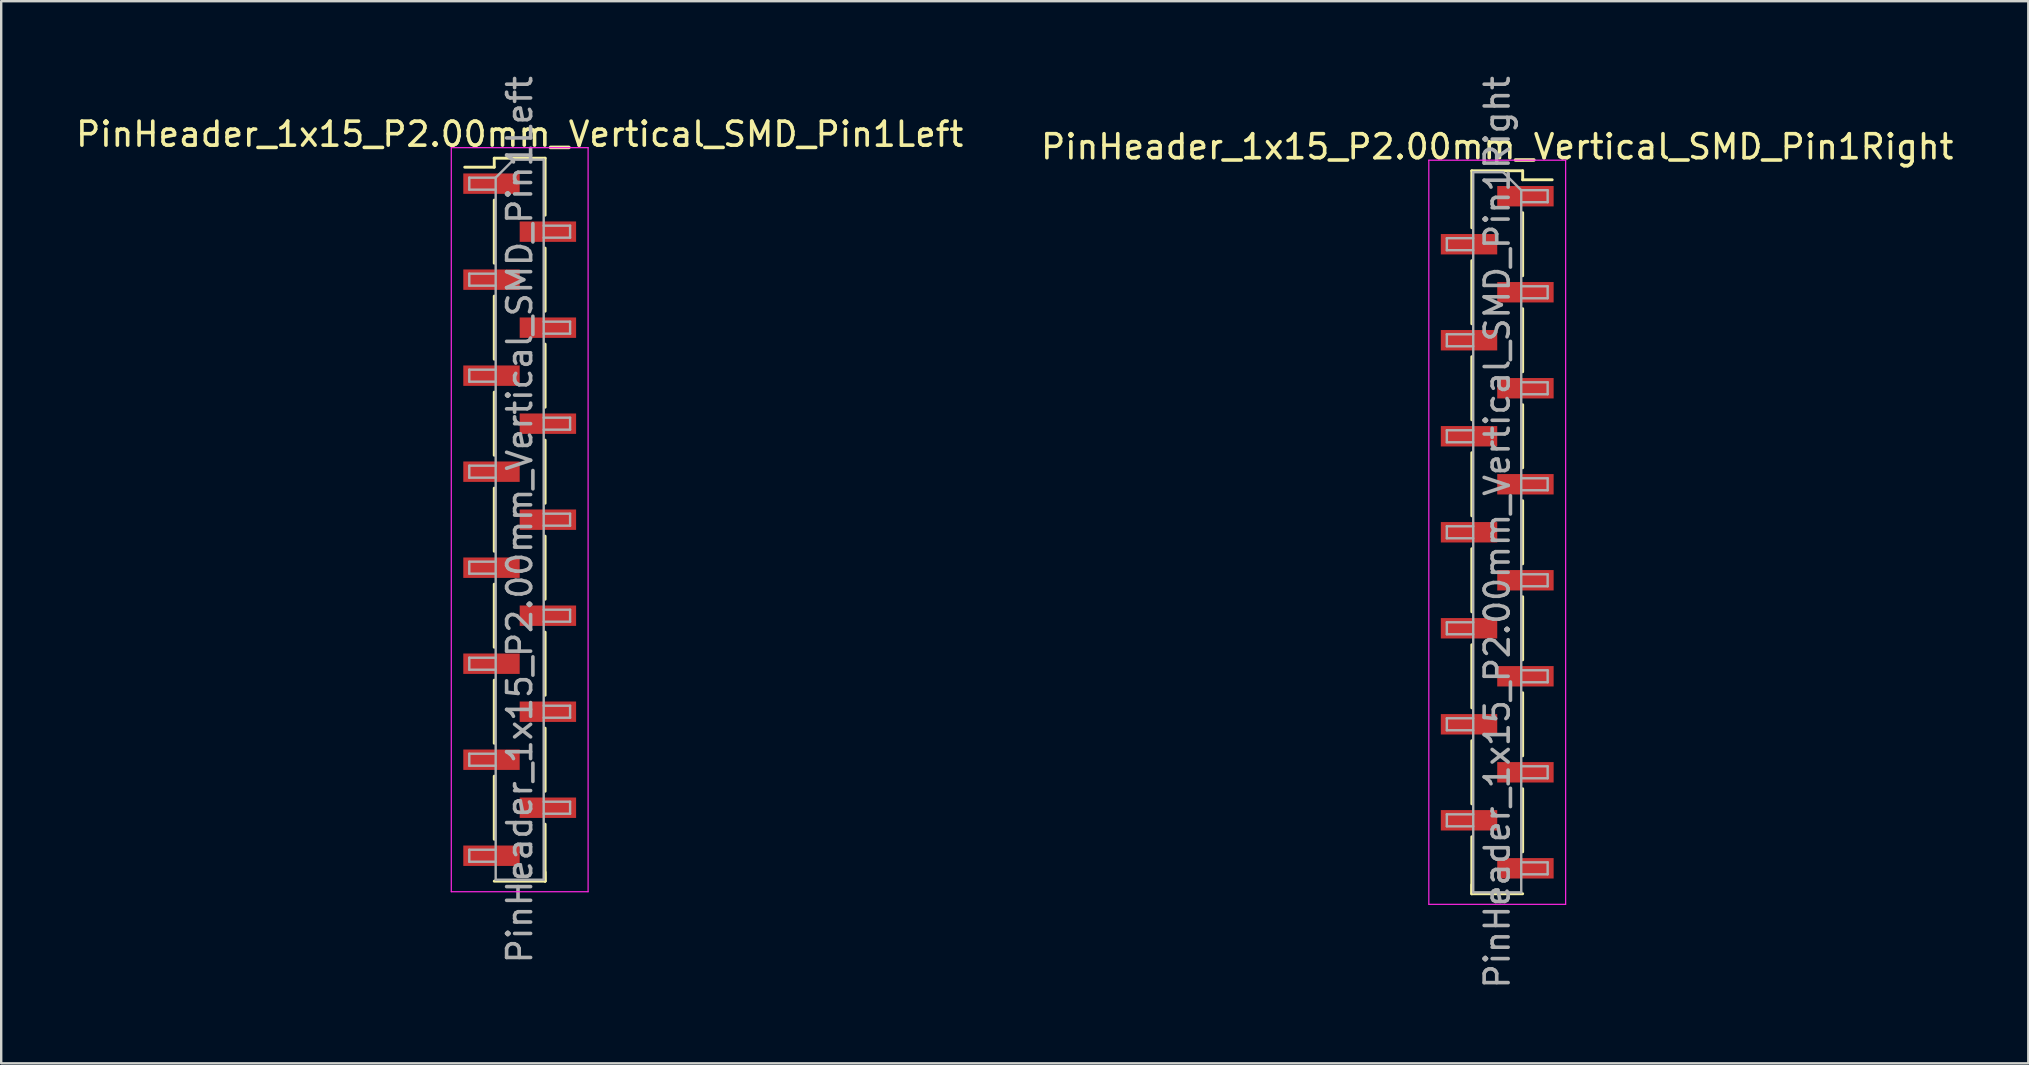
<source format=kicad_pcb>
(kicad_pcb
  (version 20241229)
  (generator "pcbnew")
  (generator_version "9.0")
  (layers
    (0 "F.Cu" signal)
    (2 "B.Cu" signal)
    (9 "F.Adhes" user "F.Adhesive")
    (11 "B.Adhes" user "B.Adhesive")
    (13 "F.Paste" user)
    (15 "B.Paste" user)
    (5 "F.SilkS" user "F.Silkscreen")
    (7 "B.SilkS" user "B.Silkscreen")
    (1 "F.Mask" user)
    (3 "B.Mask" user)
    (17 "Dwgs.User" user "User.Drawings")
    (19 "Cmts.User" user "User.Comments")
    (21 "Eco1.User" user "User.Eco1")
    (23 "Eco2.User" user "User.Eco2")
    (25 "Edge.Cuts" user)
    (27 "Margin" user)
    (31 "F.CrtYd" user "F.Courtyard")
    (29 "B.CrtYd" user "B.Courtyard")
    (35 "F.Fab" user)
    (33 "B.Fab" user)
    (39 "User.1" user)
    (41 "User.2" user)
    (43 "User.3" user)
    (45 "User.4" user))
  (footprint "PinHeader_1x15_P2.00mm_Vertical_SMD_Pin1Left"
    (layer "F.Cu")
    (at 18.601 18.601)
    (property "Reference" "PinHeader_1x15_P2.00mm_Vertical_SMD_Pin1Left" (at 0 -16.06 0) (layer "F.SilkS") (effects (font (size 1 1) (thickness 0.15))))
    (attr smd)
    (fp_line (start -1.06 -15.06) (end -1.06 -14.685) (stroke (width 0.12) (type solid)) (layer "F.SilkS"))
    (fp_line (start -1.06 -15.06) (end 1.06 -15.06) (stroke (width 0.12) (type solid)) (layer "F.SilkS"))
    (fp_line (start -1.06 -14.685) (end -2.29 -14.685) (stroke (width 0.12) (type solid)) (layer "F.SilkS"))
    (fp_line (start -1.06 -13.315) (end -1.06 -10.685) (stroke (width 0.12) (type solid)) (layer "F.SilkS"))
    (fp_line (start -1.06 -9.315) (end -1.06 -6.685) (stroke (width 0.12) (type solid)) (layer "F.SilkS"))
    (fp_line (start -1.06 -5.315) (end -1.06 -2.685) (stroke (width 0.12) (type solid)) (layer "F.SilkS"))
    (fp_line (start -1.06 -1.315) (end -1.06 1.315) (stroke (width 0.12) (type solid)) (layer "F.SilkS"))
    (fp_line (start -1.06 2.685) (end -1.06 5.315) (stroke (width 0.12) (type solid)) (layer "F.SilkS"))
    (fp_line (start -1.06 6.685) (end -1.06 9.315) (stroke (width 0.12) (type solid)) (layer "F.SilkS"))
    (fp_line (start -1.06 10.685) (end -1.06 13.315) (stroke (width 0.12) (type solid)) (layer "F.SilkS"))
    (fp_line (start -1.06 15.06) (end 1.06 15.06) (stroke (width 0.12) (type solid)) (layer "F.SilkS"))
    (fp_line (start 1.06 -15.06) (end 1.06 -12.685) (stroke (width 0.12) (type solid)) (layer "F.SilkS"))
    (fp_line (start 1.06 -11.315) (end 1.06 -8.685) (stroke (width 0.12) (type solid)) (layer "F.SilkS"))
    (fp_line (start 1.06 -7.315) (end 1.06 -4.685) (stroke (width 0.12) (type solid)) (layer "F.SilkS"))
    (fp_line (start 1.06 -3.315) (end 1.06 -0.685) (stroke (width 0.12) (type solid)) (layer "F.SilkS"))
    (fp_line (start 1.06 0.685) (end 1.06 3.315) (stroke (width 0.12) (type solid)) (layer "F.SilkS"))
    (fp_line (start 1.06 4.685) (end 1.06 7.315) (stroke (width 0.12) (type solid)) (layer "F.SilkS"))
    (fp_line (start 1.06 8.685) (end 1.06 11.315) (stroke (width 0.12) (type solid)) (layer "F.SilkS"))
    (fp_line (start 1.06 12.685) (end 1.06 15.06) (stroke (width 0.12) (type solid)) (layer "F.SilkS"))
    (fp_line (start 1.06 14.685) (end 1.06 15.06) (stroke (width 0.12) (type solid)) (layer "F.SilkS"))
    (fp_line (start -2.85 -15.5) (end -2.85 15.5) (stroke (width 0.05) (type solid)) (layer "F.CrtYd"))
    (fp_line (start -2.85 15.5) (end 2.85 15.5) (stroke (width 0.05) (type solid)) (layer "F.CrtYd"))
    (fp_line (start 2.85 -15.5) (end -2.85 -15.5) (stroke (width 0.05) (type solid)) (layer "F.CrtYd"))
    (fp_line (start 2.85 15.5) (end 2.85 -15.5) (stroke (width 0.05) (type solid)) (layer "F.CrtYd"))
    (fp_line (start -2.1 -14.25) (end -2.1 -13.75) (stroke (width 0.1) (type solid)) (layer "F.Fab"))
    (fp_line (start -2.1 -13.75) (end -1 -13.75) (stroke (width 0.1) (type solid)) (layer "F.Fab"))
    (fp_line (start -2.1 -10.25) (end -2.1 -9.75) (stroke (width 0.1) (type solid)) (layer "F.Fab"))
    (fp_line (start -2.1 -9.75) (end -1 -9.75) (stroke (width 0.1) (type solid)) (layer "F.Fab"))
    (fp_line (start -2.1 -6.25) (end -2.1 -5.75) (stroke (width 0.1) (type solid)) (layer "F.Fab"))
    (fp_line (start -2.1 -5.75) (end -1 -5.75) (stroke (width 0.1) (type solid)) (layer "F.Fab"))
    (fp_line (start -2.1 -2.25) (end -2.1 -1.75) (stroke (width 0.1) (type solid)) (layer "F.Fab"))
    (fp_line (start -2.1 -1.75) (end -1 -1.75) (stroke (width 0.1) (type solid)) (layer "F.Fab"))
    (fp_line (start -2.1 1.75) (end -2.1 2.25) (stroke (width 0.1) (type solid)) (layer "F.Fab"))
    (fp_line (start -2.1 2.25) (end -1 2.25) (stroke (width 0.1) (type solid)) (layer "F.Fab"))
    (fp_line (start -2.1 5.75) (end -2.1 6.25) (stroke (width 0.1) (type solid)) (layer "F.Fab"))
    (fp_line (start -2.1 6.25) (end -1 6.25) (stroke (width 0.1) (type solid)) (layer "F.Fab"))
    (fp_line (start -2.1 9.75) (end -2.1 10.25) (stroke (width 0.1) (type solid)) (layer "F.Fab"))
    (fp_line (start -2.1 10.25) (end -1 10.25) (stroke (width 0.1) (type solid)) (layer "F.Fab"))
    (fp_line (start -2.1 13.75) (end -2.1 14.25) (stroke (width 0.1) (type solid)) (layer "F.Fab"))
    (fp_line (start -2.1 14.25) (end -1 14.25) (stroke (width 0.1) (type solid)) (layer "F.Fab"))
    (fp_line (start -1 -14.25) (end -2.1 -14.25) (stroke (width 0.1) (type solid)) (layer "F.Fab"))
    (fp_line (start -1 -14.25) (end -0.25 -15) (stroke (width 0.1) (type solid)) (layer "F.Fab"))
    (fp_line (start -1 -10.25) (end -2.1 -10.25) (stroke (width 0.1) (type solid)) (layer "F.Fab"))
    (fp_line (start -1 -6.25) (end -2.1 -6.25) (stroke (width 0.1) (type solid)) (layer "F.Fab"))
    (fp_line (start -1 -2.25) (end -2.1 -2.25) (stroke (width 0.1) (type solid)) (layer "F.Fab"))
    (fp_line (start -1 1.75) (end -2.1 1.75) (stroke (width 0.1) (type solid)) (layer "F.Fab"))
    (fp_line (start -1 5.75) (end -2.1 5.75) (stroke (width 0.1) (type solid)) (layer "F.Fab"))
    (fp_line (start -1 9.75) (end -2.1 9.75) (stroke (width 0.1) (type solid)) (layer "F.Fab"))
    (fp_line (start -1 13.75) (end -2.1 13.75) (stroke (width 0.1) (type solid)) (layer "F.Fab"))
    (fp_line (start -1 15) (end -1 -14.25) (stroke (width 0.1) (type solid)) (layer "F.Fab"))
    (fp_line (start -0.25 -15) (end 1 -15) (stroke (width 0.1) (type solid)) (layer "F.Fab"))
    (fp_line (start 1 -15) (end 1 15) (stroke (width 0.1) (type solid)) (layer "F.Fab"))
    (fp_line (start 1 -12.25) (end 2.1 -12.25) (stroke (width 0.1) (type solid)) (layer "F.Fab"))
    (fp_line (start 1 -8.25) (end 2.1 -8.25) (stroke (width 0.1) (type solid)) (layer "F.Fab"))
    (fp_line (start 1 -4.25) (end 2.1 -4.25) (stroke (width 0.1) (type solid)) (layer "F.Fab"))
    (fp_line (start 1 -0.25) (end 2.1 -0.25) (stroke (width 0.1) (type solid)) (layer "F.Fab"))
    (fp_line (start 1 3.75) (end 2.1 3.75) (stroke (width 0.1) (type solid)) (layer "F.Fab"))
    (fp_line (start 1 7.75) (end 2.1 7.75) (stroke (width 0.1) (type solid)) (layer "F.Fab"))
    (fp_line (start 1 11.75) (end 2.1 11.75) (stroke (width 0.1) (type solid)) (layer "F.Fab"))
    (fp_line (start 1 15) (end -1 15) (stroke (width 0.1) (type solid)) (layer "F.Fab"))
    (fp_line (start 2.1 -12.25) (end 2.1 -11.75) (stroke (width 0.1) (type solid)) (layer "F.Fab"))
    (fp_line (start 2.1 -11.75) (end 1 -11.75) (stroke (width 0.1) (type solid)) (layer "F.Fab"))
    (fp_line (start 2.1 -8.25) (end 2.1 -7.75) (stroke (width 0.1) (type solid)) (layer "F.Fab"))
    (fp_line (start 2.1 -7.75) (end 1 -7.75) (stroke (width 0.1) (type solid)) (layer "F.Fab"))
    (fp_line (start 2.1 -4.25) (end 2.1 -3.75) (stroke (width 0.1) (type solid)) (layer "F.Fab"))
    (fp_line (start 2.1 -3.75) (end 1 -3.75) (stroke (width 0.1) (type solid)) (layer "F.Fab"))
    (fp_line (start 2.1 -0.25) (end 2.1 0.25) (stroke (width 0.1) (type solid)) (layer "F.Fab"))
    (fp_line (start 2.1 0.25) (end 1 0.25) (stroke (width 0.1) (type solid)) (layer "F.Fab"))
    (fp_line (start 2.1 3.75) (end 2.1 4.25) (stroke (width 0.1) (type solid)) (layer "F.Fab"))
    (fp_line (start 2.1 4.25) (end 1 4.25) (stroke (width 0.1) (type solid)) (layer "F.Fab"))
    (fp_line (start 2.1 7.75) (end 2.1 8.25) (stroke (width 0.1) (type solid)) (layer "F.Fab"))
    (fp_line (start 2.1 8.25) (end 1 8.25) (stroke (width 0.1) (type solid)) (layer "F.Fab"))
    (fp_line (start 2.1 11.75) (end 2.1 12.25) (stroke (width 0.1) (type solid)) (layer "F.Fab"))
    (fp_line (start 2.1 12.25) (end 1 12.25) (stroke (width 0.1) (type solid)) (layer "F.Fab"))
    (fp_text user "${REFERENCE}" (at 0 0 90) (layer "F.Fab") (effects (font (size 1 1) (thickness 0.15))))
    (pad "1" smd rect (at -1.175 -14) (size 2.35 0.85) (layers "F.Cu" "F.Mask" "F.Paste"))
    (pad "2" smd rect (at 1.175 -12) (size 2.35 0.85) (layers "F.Cu" "F.Mask" "F.Paste"))
    (pad "3" smd rect (at -1.175 -10) (size 2.35 0.85) (layers "F.Cu" "F.Mask" "F.Paste"))
    (pad "4" smd rect (at 1.175 -8) (size 2.35 0.85) (layers "F.Cu" "F.Mask" "F.Paste"))
    (pad "5" smd rect (at -1.175 -6) (size 2.35 0.85) (layers "F.Cu" "F.Mask" "F.Paste"))
    (pad "6" smd rect (at 1.175 -4) (size 2.35 0.85) (layers "F.Cu" "F.Mask" "F.Paste"))
    (pad "7" smd rect (at -1.175 -2) (size 2.35 0.85) (layers "F.Cu" "F.Mask" "F.Paste"))
    (pad "8" smd rect (at 1.175 0) (size 2.35 0.85) (layers "F.Cu" "F.Mask" "F.Paste"))
    (pad "9" smd rect (at -1.175 2) (size 2.35 0.85) (layers "F.Cu" "F.Mask" "F.Paste"))
    (pad "10" smd rect (at 1.175 4) (size 2.35 0.85) (layers "F.Cu" "F.Mask" "F.Paste"))
    (pad "11" smd rect (at -1.175 6) (size 2.35 0.85) (layers "F.Cu" "F.Mask" "F.Paste"))
    (pad "12" smd rect (at 1.175 8) (size 2.35 0.85) (layers "F.Cu" "F.Mask" "F.Paste"))
    (pad "13" smd rect (at -1.175 10) (size 2.35 0.85) (layers "F.Cu" "F.Mask" "F.Paste"))
    (pad "14" smd rect (at 1.175 12) (size 2.35 0.85) (layers "F.Cu" "F.Mask" "F.Paste"))
    (pad "15" smd rect (at -1.175 14) (size 2.35 0.85) (layers "F.Cu" "F.Mask" "F.Paste")))
  (footprint "PinHeader_1x15_P2.00mm_Vertical_SMD_Pin1Right"
    (layer "F.Cu")
    (at 59.327 19.125)
    (property "Reference" "PinHeader_1x15_P2.00mm_Vertical_SMD_Pin1Right" (at 0 -16.06 0) (layer "F.SilkS") (effects (font (size 1 1) (thickness 0.15))))
    (attr smd)
    (fp_line (start -1.06 -15.06) (end -1.06 -12.685) (stroke (width 0.12) (type solid)) (layer "F.SilkS"))
    (fp_line (start -1.06 -15.06) (end 1.06 -15.06) (stroke (width 0.12) (type solid)) (layer "F.SilkS"))
    (fp_line (start -1.06 -11.315) (end -1.06 -8.685) (stroke (width 0.12) (type solid)) (layer "F.SilkS"))
    (fp_line (start -1.06 -7.315) (end -1.06 -4.685) (stroke (width 0.12) (type solid)) (layer "F.SilkS"))
    (fp_line (start -1.06 -3.315) (end -1.06 -0.685) (stroke (width 0.12) (type solid)) (layer "F.SilkS"))
    (fp_line (start -1.06 0.685) (end -1.06 3.315) (stroke (width 0.12) (type solid)) (layer "F.SilkS"))
    (fp_line (start -1.06 4.685) (end -1.06 7.315) (stroke (width 0.12) (type solid)) (layer "F.SilkS"))
    (fp_line (start -1.06 8.685) (end -1.06 11.315) (stroke (width 0.12) (type solid)) (layer "F.SilkS"))
    (fp_line (start -1.06 12.685) (end -1.06 15.06) (stroke (width 0.12) (type solid)) (layer "F.SilkS"))
    (fp_line (start -1.06 14.685) (end -1.06 15.06) (stroke (width 0.12) (type solid)) (layer "F.SilkS"))
    (fp_line (start -1.06 15.06) (end 1.06 15.06) (stroke (width 0.12) (type solid)) (layer "F.SilkS"))
    (fp_line (start 1.06 -15.06) (end 1.06 -14.685) (stroke (width 0.12) (type solid)) (layer "F.SilkS"))
    (fp_line (start 1.06 -14.685) (end 2.29 -14.685) (stroke (width 0.12) (type solid)) (layer "F.SilkS"))
    (fp_line (start 1.06 -13.315) (end 1.06 -10.685) (stroke (width 0.12) (type solid)) (layer "F.SilkS"))
    (fp_line (start 1.06 -9.315) (end 1.06 -6.685) (stroke (width 0.12) (type solid)) (layer "F.SilkS"))
    (fp_line (start 1.06 -5.315) (end 1.06 -2.685) (stroke (width 0.12) (type solid)) (layer "F.SilkS"))
    (fp_line (start 1.06 -1.315) (end 1.06 1.315) (stroke (width 0.12) (type solid)) (layer "F.SilkS"))
    (fp_line (start 1.06 2.685) (end 1.06 5.315) (stroke (width 0.12) (type solid)) (layer "F.SilkS"))
    (fp_line (start 1.06 6.685) (end 1.06 9.315) (stroke (width 0.12) (type solid)) (layer "F.SilkS"))
    (fp_line (start 1.06 10.685) (end 1.06 13.315) (stroke (width 0.12) (type solid)) (layer "F.SilkS"))
    (fp_line (start -2.85 -15.5) (end -2.85 15.5) (stroke (width 0.05) (type solid)) (layer "F.CrtYd"))
    (fp_line (start -2.85 15.5) (end 2.85 15.5) (stroke (width 0.05) (type solid)) (layer "F.CrtYd"))
    (fp_line (start 2.85 -15.5) (end -2.85 -15.5) (stroke (width 0.05) (type solid)) (layer "F.CrtYd"))
    (fp_line (start 2.85 15.5) (end 2.85 -15.5) (stroke (width 0.05) (type solid)) (layer "F.CrtYd"))
    (fp_line (start -2.1 -12.25) (end -2.1 -11.75) (stroke (width 0.1) (type solid)) (layer "F.Fab"))
    (fp_line (start -2.1 -11.75) (end -1 -11.75) (stroke (width 0.1) (type solid)) (layer "F.Fab"))
    (fp_line (start -2.1 -8.25) (end -2.1 -7.75) (stroke (width 0.1) (type solid)) (layer "F.Fab"))
    (fp_line (start -2.1 -7.75) (end -1 -7.75) (stroke (width 0.1) (type solid)) (layer "F.Fab"))
    (fp_line (start -2.1 -4.25) (end -2.1 -3.75) (stroke (width 0.1) (type solid)) (layer "F.Fab"))
    (fp_line (start -2.1 -3.75) (end -1 -3.75) (stroke (width 0.1) (type solid)) (layer "F.Fab"))
    (fp_line (start -2.1 -0.25) (end -2.1 0.25) (stroke (width 0.1) (type solid)) (layer "F.Fab"))
    (fp_line (start -2.1 0.25) (end -1 0.25) (stroke (width 0.1) (type solid)) (layer "F.Fab"))
    (fp_line (start -2.1 3.75) (end -2.1 4.25) (stroke (width 0.1) (type solid)) (layer "F.Fab"))
    (fp_line (start -2.1 4.25) (end -1 4.25) (stroke (width 0.1) (type solid)) (layer "F.Fab"))
    (fp_line (start -2.1 7.75) (end -2.1 8.25) (stroke (width 0.1) (type solid)) (layer "F.Fab"))
    (fp_line (start -2.1 8.25) (end -1 8.25) (stroke (width 0.1) (type solid)) (layer "F.Fab"))
    (fp_line (start -2.1 11.75) (end -2.1 12.25) (stroke (width 0.1) (type solid)) (layer "F.Fab"))
    (fp_line (start -2.1 12.25) (end -1 12.25) (stroke (width 0.1) (type solid)) (layer "F.Fab"))
    (fp_line (start -1 -15) (end -1 15) (stroke (width 0.1) (type solid)) (layer "F.Fab"))
    (fp_line (start -1 -15) (end 0.25 -15) (stroke (width 0.1) (type solid)) (layer "F.Fab"))
    (fp_line (start -1 -12.25) (end -2.1 -12.25) (stroke (width 0.1) (type solid)) (layer "F.Fab"))
    (fp_line (start -1 -8.25) (end -2.1 -8.25) (stroke (width 0.1) (type solid)) (layer "F.Fab"))
    (fp_line (start -1 -4.25) (end -2.1 -4.25) (stroke (width 0.1) (type solid)) (layer "F.Fab"))
    (fp_line (start -1 -0.25) (end -2.1 -0.25) (stroke (width 0.1) (type solid)) (layer "F.Fab"))
    (fp_line (start -1 3.75) (end -2.1 3.75) (stroke (width 0.1) (type solid)) (layer "F.Fab"))
    (fp_line (start -1 7.75) (end -2.1 7.75) (stroke (width 0.1) (type solid)) (layer "F.Fab"))
    (fp_line (start -1 11.75) (end -2.1 11.75) (stroke (width 0.1) (type solid)) (layer "F.Fab"))
    (fp_line (start 1 -14.25) (end 0.25 -15) (stroke (width 0.1) (type solid)) (layer "F.Fab"))
    (fp_line (start 1 -14.25) (end 2.1 -14.25) (stroke (width 0.1) (type solid)) (layer "F.Fab"))
    (fp_line (start 1 -10.25) (end 2.1 -10.25) (stroke (width 0.1) (type solid)) (layer "F.Fab"))
    (fp_line (start 1 -6.25) (end 2.1 -6.25) (stroke (width 0.1) (type solid)) (layer "F.Fab"))
    (fp_line (start 1 -2.25) (end 2.1 -2.25) (stroke (width 0.1) (type solid)) (layer "F.Fab"))
    (fp_line (start 1 1.75) (end 2.1 1.75) (stroke (width 0.1) (type solid)) (layer "F.Fab"))
    (fp_line (start 1 5.75) (end 2.1 5.75) (stroke (width 0.1) (type solid)) (layer "F.Fab"))
    (fp_line (start 1 9.75) (end 2.1 9.75) (stroke (width 0.1) (type solid)) (layer "F.Fab"))
    (fp_line (start 1 13.75) (end 2.1 13.75) (stroke (width 0.1) (type solid)) (layer "F.Fab"))
    (fp_line (start 1 15) (end -1 15) (stroke (width 0.1) (type solid)) (layer "F.Fab"))
    (fp_line (start 1 15) (end 1 -14.25) (stroke (width 0.1) (type solid)) (layer "F.Fab"))
    (fp_line (start 2.1 -14.25) (end 2.1 -13.75) (stroke (width 0.1) (type solid)) (layer "F.Fab"))
    (fp_line (start 2.1 -13.75) (end 1 -13.75) (stroke (width 0.1) (type solid)) (layer "F.Fab"))
    (fp_line (start 2.1 -10.25) (end 2.1 -9.75) (stroke (width 0.1) (type solid)) (layer "F.Fab"))
    (fp_line (start 2.1 -9.75) (end 1 -9.75) (stroke (width 0.1) (type solid)) (layer "F.Fab"))
    (fp_line (start 2.1 -6.25) (end 2.1 -5.75) (stroke (width 0.1) (type solid)) (layer "F.Fab"))
    (fp_line (start 2.1 -5.75) (end 1 -5.75) (stroke (width 0.1) (type solid)) (layer "F.Fab"))
    (fp_line (start 2.1 -2.25) (end 2.1 -1.75) (stroke (width 0.1) (type solid)) (layer "F.Fab"))
    (fp_line (start 2.1 -1.75) (end 1 -1.75) (stroke (width 0.1) (type solid)) (layer "F.Fab"))
    (fp_line (start 2.1 1.75) (end 2.1 2.25) (stroke (width 0.1) (type solid)) (layer "F.Fab"))
    (fp_line (start 2.1 2.25) (end 1 2.25) (stroke (width 0.1) (type solid)) (layer "F.Fab"))
    (fp_line (start 2.1 5.75) (end 2.1 6.25) (stroke (width 0.1) (type solid)) (layer "F.Fab"))
    (fp_line (start 2.1 6.25) (end 1 6.25) (stroke (width 0.1) (type solid)) (layer "F.Fab"))
    (fp_line (start 2.1 9.75) (end 2.1 10.25) (stroke (width 0.1) (type solid)) (layer "F.Fab"))
    (fp_line (start 2.1 10.25) (end 1 10.25) (stroke (width 0.1) (type solid)) (layer "F.Fab"))
    (fp_line (start 2.1 13.75) (end 2.1 14.25) (stroke (width 0.1) (type solid)) (layer "F.Fab"))
    (fp_line (start 2.1 14.25) (end 1 14.25) (stroke (width 0.1) (type solid)) (layer "F.Fab"))
    (fp_text user "${REFERENCE}" (at 0 0 90) (layer "F.Fab") (effects (font (size 1 1) (thickness 0.15))))
    (pad "1" smd rect (at 1.175 -14) (size 2.35 0.85) (layers "F.Cu" "F.Mask" "F.Paste"))
    (pad "2" smd rect (at -1.175 -12) (size 2.35 0.85) (layers "F.Cu" "F.Mask" "F.Paste"))
    (pad "3" smd rect (at 1.175 -10) (size 2.35 0.85) (layers "F.Cu" "F.Mask" "F.Paste"))
    (pad "4" smd rect (at -1.175 -8) (size 2.35 0.85) (layers "F.Cu" "F.Mask" "F.Paste"))
    (pad "5" smd rect (at 1.175 -6) (size 2.35 0.85) (layers "F.Cu" "F.Mask" "F.Paste"))
    (pad "6" smd rect (at -1.175 -4) (size 2.35 0.85) (layers "F.Cu" "F.Mask" "F.Paste"))
    (pad "7" smd rect (at 1.175 -2) (size 2.35 0.85) (layers "F.Cu" "F.Mask" "F.Paste"))
    (pad "8" smd rect (at -1.175 0) (size 2.35 0.85) (layers "F.Cu" "F.Mask" "F.Paste"))
    (pad "9" smd rect (at 1.175 2) (size 2.35 0.85) (layers "F.Cu" "F.Mask" "F.Paste"))
    (pad "10" smd rect (at -1.175 4) (size 2.35 0.85) (layers "F.Cu" "F.Mask" "F.Paste"))
    (pad "11" smd rect (at 1.175 6) (size 2.35 0.85) (layers "F.Cu" "F.Mask" "F.Paste"))
    (pad "12" smd rect (at -1.175 8) (size 2.35 0.85) (layers "F.Cu" "F.Mask" "F.Paste"))
    (pad "13" smd rect (at 1.175 10) (size 2.35 0.85) (layers "F.Cu" "F.Mask" "F.Paste"))
    (pad "14" smd rect (at -1.175 12) (size 2.35 0.85) (layers "F.Cu" "F.Mask" "F.Paste"))
    (pad "15" smd rect (at 1.175 14) (size 2.35 0.85) (layers "F.Cu" "F.Mask" "F.Paste")))
  (gr_rect
    (start -3 -3)
    (end 81.452 41.25)
    (stroke (width 0.1) (type default))
    (fill no)
    (layer "Edge.Cuts")))
</source>
